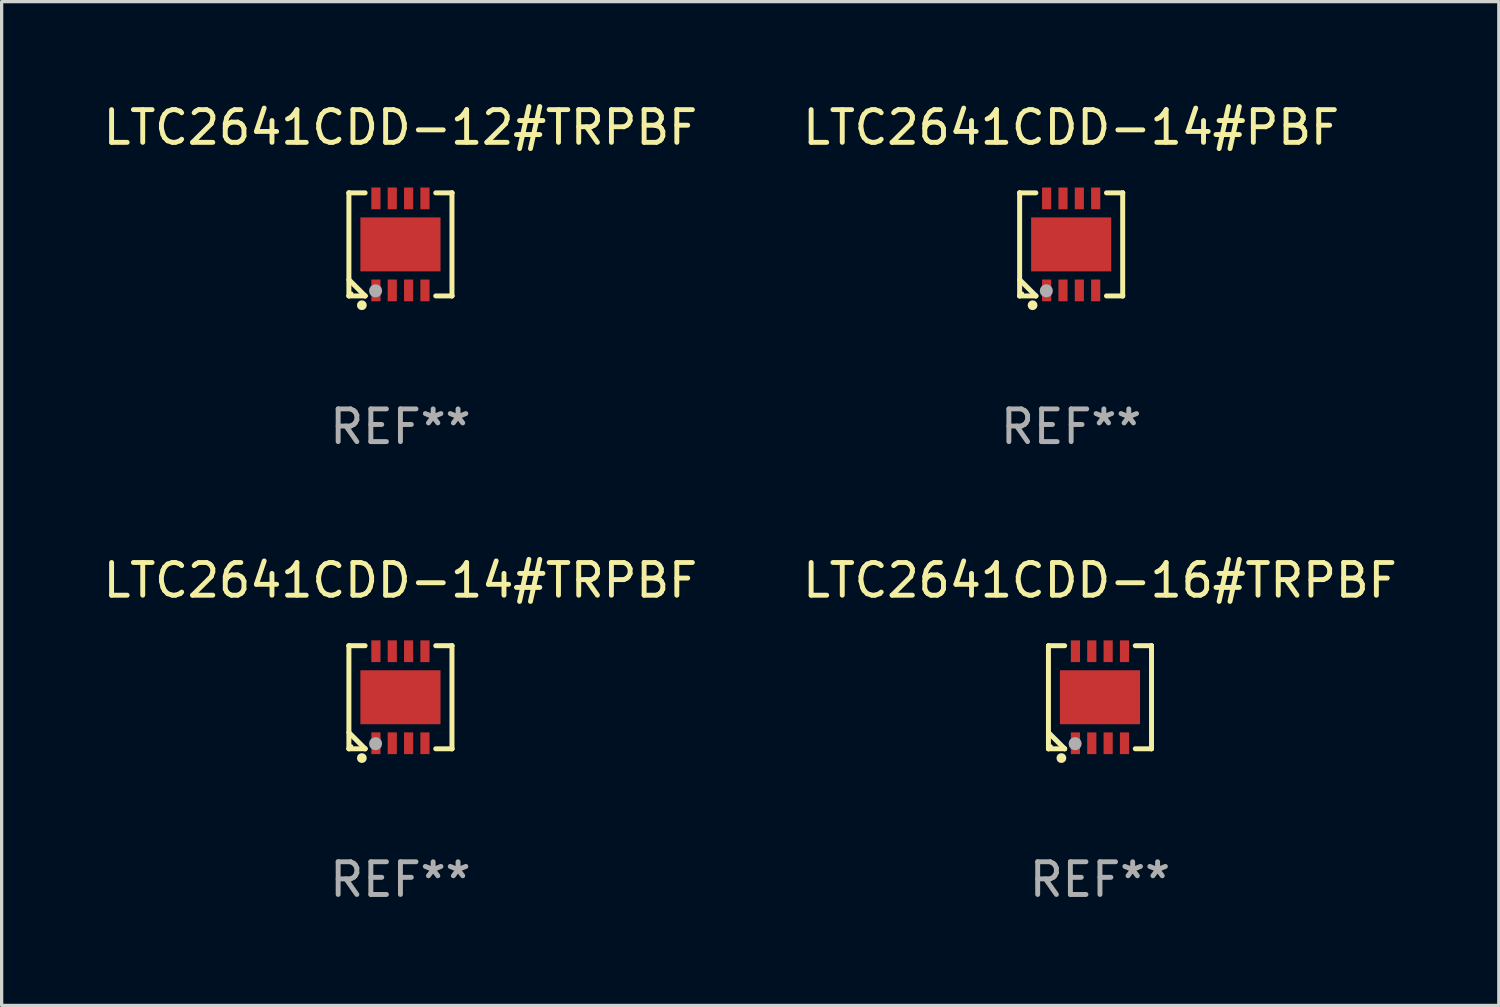
<source format=kicad_pcb>
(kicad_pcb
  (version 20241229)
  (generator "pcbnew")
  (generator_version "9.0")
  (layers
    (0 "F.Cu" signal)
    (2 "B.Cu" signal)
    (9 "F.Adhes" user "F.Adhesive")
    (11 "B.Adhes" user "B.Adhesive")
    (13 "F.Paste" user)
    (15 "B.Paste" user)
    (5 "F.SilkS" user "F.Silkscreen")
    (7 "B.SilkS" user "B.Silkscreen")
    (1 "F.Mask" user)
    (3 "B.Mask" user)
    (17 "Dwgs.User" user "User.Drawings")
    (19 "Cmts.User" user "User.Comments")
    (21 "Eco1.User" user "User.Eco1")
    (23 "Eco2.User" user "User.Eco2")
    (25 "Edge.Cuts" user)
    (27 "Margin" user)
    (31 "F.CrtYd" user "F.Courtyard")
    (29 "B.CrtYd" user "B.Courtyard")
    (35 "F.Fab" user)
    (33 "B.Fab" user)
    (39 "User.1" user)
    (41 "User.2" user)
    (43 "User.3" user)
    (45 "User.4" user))
  (footprint "LTC2641CDD-14#TRPBF"
    (layer "F.Cu")
    (at 9.196 18.273)
    (property "Reference" "LTC2641CDD-14#TRPBF" (at 0 -3.576 0) (layer "F.SilkS") (effects (font (size 1 1) (thickness 0.15))))
    (attr through_hole)
    (fp_line (start -1.576 -1.576) (end -1.576 -1.576) (stroke (width 0.152) (type solid)) (layer "F.SilkS"))
    (fp_line (start -1.576 -1.576) (end -1.08 -1.576) (stroke (width 0.152) (type solid)) (layer "F.SilkS"))
    (fp_line (start -1.576 1.576) (end -1.576 -1.576) (stroke (width 0.152) (type solid)) (layer "F.SilkS"))
    (fp_line (start -1.576 1.576) (end -1.576 1.576) (stroke (width 0.152) (type solid)) (layer "F.SilkS"))
    (fp_line (start -1.08 1.575) (end -1.576 1.079) (stroke (width 0.152) (type solid)) (layer "F.SilkS"))
    (fp_line (start -1.08 1.576) (end -1.576 1.576) (stroke (width 0.152) (type solid)) (layer "F.SilkS"))
    (fp_line (start -1.08 1.576) (end -1.08 1.575) (stroke (width 0.152) (type solid)) (layer "F.SilkS"))
    (fp_line (start 1.08 1.576) (end 1.576 1.576) (stroke (width 0.152) (type solid)) (layer "F.SilkS"))
    (fp_line (start 1.576 -1.576) (end 1.08 -1.576) (stroke (width 0.152) (type solid)) (layer "F.SilkS"))
    (fp_line (start 1.576 -1.576) (end 1.576 -1.576) (stroke (width 0.152) (type solid)) (layer "F.SilkS"))
    (fp_line (start 1.576 1.576) (end 1.576 -1.576) (stroke (width 0.152) (type solid)) (layer "F.SilkS"))
    (fp_line (start 1.576 1.576) (end 1.576 1.576) (stroke (width 0.152) (type solid)) (layer "F.SilkS"))
    (fp_circle (center -1.5 1.5) (end -1.47 1.5) (stroke (width 0.06) (type solid)) (fill no) (layer "F.SilkS"))
    (fp_circle (center -1.18 1.86) (end -1.105 1.86) (stroke (width 0.15) (type solid)) (fill no) (layer "F.SilkS"))
    (fp_circle (center -0.76 1.42) (end -0.66 1.42) (stroke (width 0.2) (type solid)) (fill no) (layer "F.Fab"))
    (fp_text user "REF**" (at 0 5.576 0) (layer "F.Fab") (effects (font (size 1 1) (thickness 0.15))))
    (pad "1" smd rect (at -0.75 1.407) (size 0.28 0.665) (layers "F.Cu" "F.Mask" "F.Paste"))
    (pad "2" smd rect (at -0.25 1.407) (size 0.28 0.665) (layers "F.Cu" "F.Mask" "F.Paste"))
    (pad "3" smd rect (at 0.25 1.407) (size 0.28 0.665) (layers "F.Cu" "F.Mask" "F.Paste"))
    (pad "4" smd rect (at 0.75 1.407) (size 0.28 0.665) (layers "F.Cu" "F.Mask" "F.Paste"))
    (pad "5" smd rect (at 0.75 -1.407) (size 0.28 0.665) (layers "F.Cu" "F.Mask" "F.Paste"))
    (pad "6" smd rect (at 0.25 -1.407) (size 0.28 0.665) (layers "F.Cu" "F.Mask" "F.Paste"))
    (pad "7" smd rect (at -0.25 -1.407) (size 0.28 0.665) (layers "F.Cu" "F.Mask" "F.Paste"))
    (pad "8" smd rect (at -0.75 -1.407) (size 0.28 0.665) (layers "F.Cu" "F.Mask" "F.Paste"))
    (pad "9" smd rect (at 0 0) (size 2.45 1.65) (layers "F.Cu" "F.Mask" "F.Paste")))
  (footprint "LTC2641CDD-14#PBF"
    (layer "F.Cu")
    (at 29.708 4.424)
    (property "Reference" "LTC2641CDD-14#PBF" (at 0 -3.576 0) (layer "F.SilkS") (effects (font (size 1 1) (thickness 0.15))))
    (attr through_hole)
    (fp_line (start -1.576 -1.576) (end -1.576 -1.576) (stroke (width 0.152) (type solid)) (layer "F.SilkS"))
    (fp_line (start -1.576 -1.576) (end -1.08 -1.576) (stroke (width 0.152) (type solid)) (layer "F.SilkS"))
    (fp_line (start -1.576 1.576) (end -1.576 -1.576) (stroke (width 0.152) (type solid)) (layer "F.SilkS"))
    (fp_line (start -1.576 1.576) (end -1.576 1.576) (stroke (width 0.152) (type solid)) (layer "F.SilkS"))
    (fp_line (start -1.08 1.575) (end -1.576 1.079) (stroke (width 0.152) (type solid)) (layer "F.SilkS"))
    (fp_line (start -1.08 1.576) (end -1.576 1.576) (stroke (width 0.152) (type solid)) (layer "F.SilkS"))
    (fp_line (start -1.08 1.576) (end -1.08 1.575) (stroke (width 0.152) (type solid)) (layer "F.SilkS"))
    (fp_line (start 1.08 1.576) (end 1.576 1.576) (stroke (width 0.152) (type solid)) (layer "F.SilkS"))
    (fp_line (start 1.576 -1.576) (end 1.08 -1.576) (stroke (width 0.152) (type solid)) (layer "F.SilkS"))
    (fp_line (start 1.576 -1.576) (end 1.576 -1.576) (stroke (width 0.152) (type solid)) (layer "F.SilkS"))
    (fp_line (start 1.576 1.576) (end 1.576 -1.576) (stroke (width 0.152) (type solid)) (layer "F.SilkS"))
    (fp_line (start 1.576 1.576) (end 1.576 1.576) (stroke (width 0.152) (type solid)) (layer "F.SilkS"))
    (fp_circle (center -1.5 1.5) (end -1.47 1.5) (stroke (width 0.06) (type solid)) (fill no) (layer "F.SilkS"))
    (fp_circle (center -1.18 1.86) (end -1.105 1.86) (stroke (width 0.15) (type solid)) (fill no) (layer "F.SilkS"))
    (fp_circle (center -0.76 1.42) (end -0.66 1.42) (stroke (width 0.2) (type solid)) (fill no) (layer "F.Fab"))
    (fp_text user "REF**" (at 0 5.576 0) (layer "F.Fab") (effects (font (size 1 1) (thickness 0.15))))
    (pad "1" smd rect (at -0.75 1.407) (size 0.28 0.665) (layers "F.Cu" "F.Mask" "F.Paste"))
    (pad "2" smd rect (at -0.25 1.407) (size 0.28 0.665) (layers "F.Cu" "F.Mask" "F.Paste"))
    (pad "3" smd rect (at 0.25 1.407) (size 0.28 0.665) (layers "F.Cu" "F.Mask" "F.Paste"))
    (pad "4" smd rect (at 0.75 1.407) (size 0.28 0.665) (layers "F.Cu" "F.Mask" "F.Paste"))
    (pad "5" smd rect (at 0.75 -1.407) (size 0.28 0.665) (layers "F.Cu" "F.Mask" "F.Paste"))
    (pad "6" smd rect (at 0.25 -1.407) (size 0.28 0.665) (layers "F.Cu" "F.Mask" "F.Paste"))
    (pad "7" smd rect (at -0.25 -1.407) (size 0.28 0.665) (layers "F.Cu" "F.Mask" "F.Paste"))
    (pad "8" smd rect (at -0.75 -1.407) (size 0.28 0.665) (layers "F.Cu" "F.Mask" "F.Paste"))
    (pad "9" smd rect (at 0 0) (size 2.45 1.65) (layers "F.Cu" "F.Mask" "F.Paste")))
  (footprint "LTC2641CDD-16#TRPBF"
    (layer "F.Cu")
    (at 30.589 18.273)
    (property "Reference" "LTC2641CDD-16#TRPBF" (at 0 -3.576 0) (layer "F.SilkS") (effects (font (size 1 1) (thickness 0.15))))
    (attr through_hole)
    (fp_line (start -1.576 -1.576) (end -1.576 -1.576) (stroke (width 0.152) (type solid)) (layer "F.SilkS"))
    (fp_line (start -1.576 -1.576) (end -1.08 -1.576) (stroke (width 0.152) (type solid)) (layer "F.SilkS"))
    (fp_line (start -1.576 1.576) (end -1.576 -1.576) (stroke (width 0.152) (type solid)) (layer "F.SilkS"))
    (fp_line (start -1.576 1.576) (end -1.576 1.576) (stroke (width 0.152) (type solid)) (layer "F.SilkS"))
    (fp_line (start -1.08 1.575) (end -1.576 1.079) (stroke (width 0.152) (type solid)) (layer "F.SilkS"))
    (fp_line (start -1.08 1.576) (end -1.576 1.576) (stroke (width 0.152) (type solid)) (layer "F.SilkS"))
    (fp_line (start -1.08 1.576) (end -1.08 1.575) (stroke (width 0.152) (type solid)) (layer "F.SilkS"))
    (fp_line (start 1.08 1.576) (end 1.576 1.576) (stroke (width 0.152) (type solid)) (layer "F.SilkS"))
    (fp_line (start 1.576 -1.576) (end 1.08 -1.576) (stroke (width 0.152) (type solid)) (layer "F.SilkS"))
    (fp_line (start 1.576 -1.576) (end 1.576 -1.576) (stroke (width 0.152) (type solid)) (layer "F.SilkS"))
    (fp_line (start 1.576 1.576) (end 1.576 -1.576) (stroke (width 0.152) (type solid)) (layer "F.SilkS"))
    (fp_line (start 1.576 1.576) (end 1.576 1.576) (stroke (width 0.152) (type solid)) (layer "F.SilkS"))
    (fp_circle (center -1.5 1.5) (end -1.47 1.5) (stroke (width 0.06) (type solid)) (fill no) (layer "F.SilkS"))
    (fp_circle (center -1.18 1.86) (end -1.105 1.86) (stroke (width 0.15) (type solid)) (fill no) (layer "F.SilkS"))
    (fp_circle (center -0.76 1.42) (end -0.66 1.42) (stroke (width 0.2) (type solid)) (fill no) (layer "F.Fab"))
    (fp_text user "REF**" (at 0 5.576 0) (layer "F.Fab") (effects (font (size 1 1) (thickness 0.15))))
    (pad "1" smd rect (at -0.75 1.407) (size 0.28 0.665) (layers "F.Cu" "F.Mask" "F.Paste"))
    (pad "2" smd rect (at -0.25 1.407) (size 0.28 0.665) (layers "F.Cu" "F.Mask" "F.Paste"))
    (pad "3" smd rect (at 0.25 1.407) (size 0.28 0.665) (layers "F.Cu" "F.Mask" "F.Paste"))
    (pad "4" smd rect (at 0.75 1.407) (size 0.28 0.665) (layers "F.Cu" "F.Mask" "F.Paste"))
    (pad "5" smd rect (at 0.75 -1.407) (size 0.28 0.665) (layers "F.Cu" "F.Mask" "F.Paste"))
    (pad "6" smd rect (at 0.25 -1.407) (size 0.28 0.665) (layers "F.Cu" "F.Mask" "F.Paste"))
    (pad "7" smd rect (at -0.25 -1.407) (size 0.28 0.665) (layers "F.Cu" "F.Mask" "F.Paste"))
    (pad "8" smd rect (at -0.75 -1.407) (size 0.28 0.665) (layers "F.Cu" "F.Mask" "F.Paste"))
    (pad "9" smd rect (at 0 0) (size 2.45 1.65) (layers "F.Cu" "F.Mask" "F.Paste")))
  (footprint "LTC2641CDD-12#TRPBF"
    (layer "F.Cu")
    (at 9.196 4.424)
    (property "Reference" "LTC2641CDD-12#TRPBF" (at 0 -3.576 0) (layer "F.SilkS") (effects (font (size 1 1) (thickness 0.15))))
    (attr through_hole)
    (fp_line (start -1.576 -1.576) (end -1.576 -1.576) (stroke (width 0.152) (type solid)) (layer "F.SilkS"))
    (fp_line (start -1.576 -1.576) (end -1.08 -1.576) (stroke (width 0.152) (type solid)) (layer "F.SilkS"))
    (fp_line (start -1.576 1.576) (end -1.576 -1.576) (stroke (width 0.152) (type solid)) (layer "F.SilkS"))
    (fp_line (start -1.576 1.576) (end -1.576 1.576) (stroke (width 0.152) (type solid)) (layer "F.SilkS"))
    (fp_line (start -1.08 1.575) (end -1.576 1.079) (stroke (width 0.152) (type solid)) (layer "F.SilkS"))
    (fp_line (start -1.08 1.576) (end -1.576 1.576) (stroke (width 0.152) (type solid)) (layer "F.SilkS"))
    (fp_line (start -1.08 1.576) (end -1.08 1.575) (stroke (width 0.152) (type solid)) (layer "F.SilkS"))
    (fp_line (start 1.08 1.576) (end 1.576 1.576) (stroke (width 0.152) (type solid)) (layer "F.SilkS"))
    (fp_line (start 1.576 -1.576) (end 1.08 -1.576) (stroke (width 0.152) (type solid)) (layer "F.SilkS"))
    (fp_line (start 1.576 -1.576) (end 1.576 -1.576) (stroke (width 0.152) (type solid)) (layer "F.SilkS"))
    (fp_line (start 1.576 1.576) (end 1.576 -1.576) (stroke (width 0.152) (type solid)) (layer "F.SilkS"))
    (fp_line (start 1.576 1.576) (end 1.576 1.576) (stroke (width 0.152) (type solid)) (layer "F.SilkS"))
    (fp_circle (center -1.5 1.5) (end -1.47 1.5) (stroke (width 0.06) (type solid)) (fill no) (layer "F.SilkS"))
    (fp_circle (center -1.18 1.86) (end -1.105 1.86) (stroke (width 0.15) (type solid)) (fill no) (layer "F.SilkS"))
    (fp_circle (center -0.76 1.42) (end -0.66 1.42) (stroke (width 0.2) (type solid)) (fill no) (layer "F.Fab"))
    (fp_text user "REF**" (at 0 5.576 0) (layer "F.Fab") (effects (font (size 1 1) (thickness 0.15))))
    (pad "1" smd rect (at -0.75 1.407) (size 0.28 0.665) (layers "F.Cu" "F.Mask" "F.Paste"))
    (pad "2" smd rect (at -0.25 1.407) (size 0.28 0.665) (layers "F.Cu" "F.Mask" "F.Paste"))
    (pad "3" smd rect (at 0.25 1.407) (size 0.28 0.665) (layers "F.Cu" "F.Mask" "F.Paste"))
    (pad "4" smd rect (at 0.75 1.407) (size 0.28 0.665) (layers "F.Cu" "F.Mask" "F.Paste"))
    (pad "5" smd rect (at 0.75 -1.407) (size 0.28 0.665) (layers "F.Cu" "F.Mask" "F.Paste"))
    (pad "6" smd rect (at 0.25 -1.407) (size 0.28 0.665) (layers "F.Cu" "F.Mask" "F.Paste"))
    (pad "7" smd rect (at -0.25 -1.407) (size 0.28 0.665) (layers "F.Cu" "F.Mask" "F.Paste"))
    (pad "8" smd rect (at -0.75 -1.407) (size 0.28 0.665) (layers "F.Cu" "F.Mask" "F.Paste"))
    (pad "9" smd rect (at 0 0) (size 2.45 1.65) (layers "F.Cu" "F.Mask" "F.Paste")))
  (gr_rect
    (start -3 -3)
    (end 42.786 27.698)
    (stroke (width 0.1) (type default))
    (fill no)
    (layer "Edge.Cuts")))
</source>
